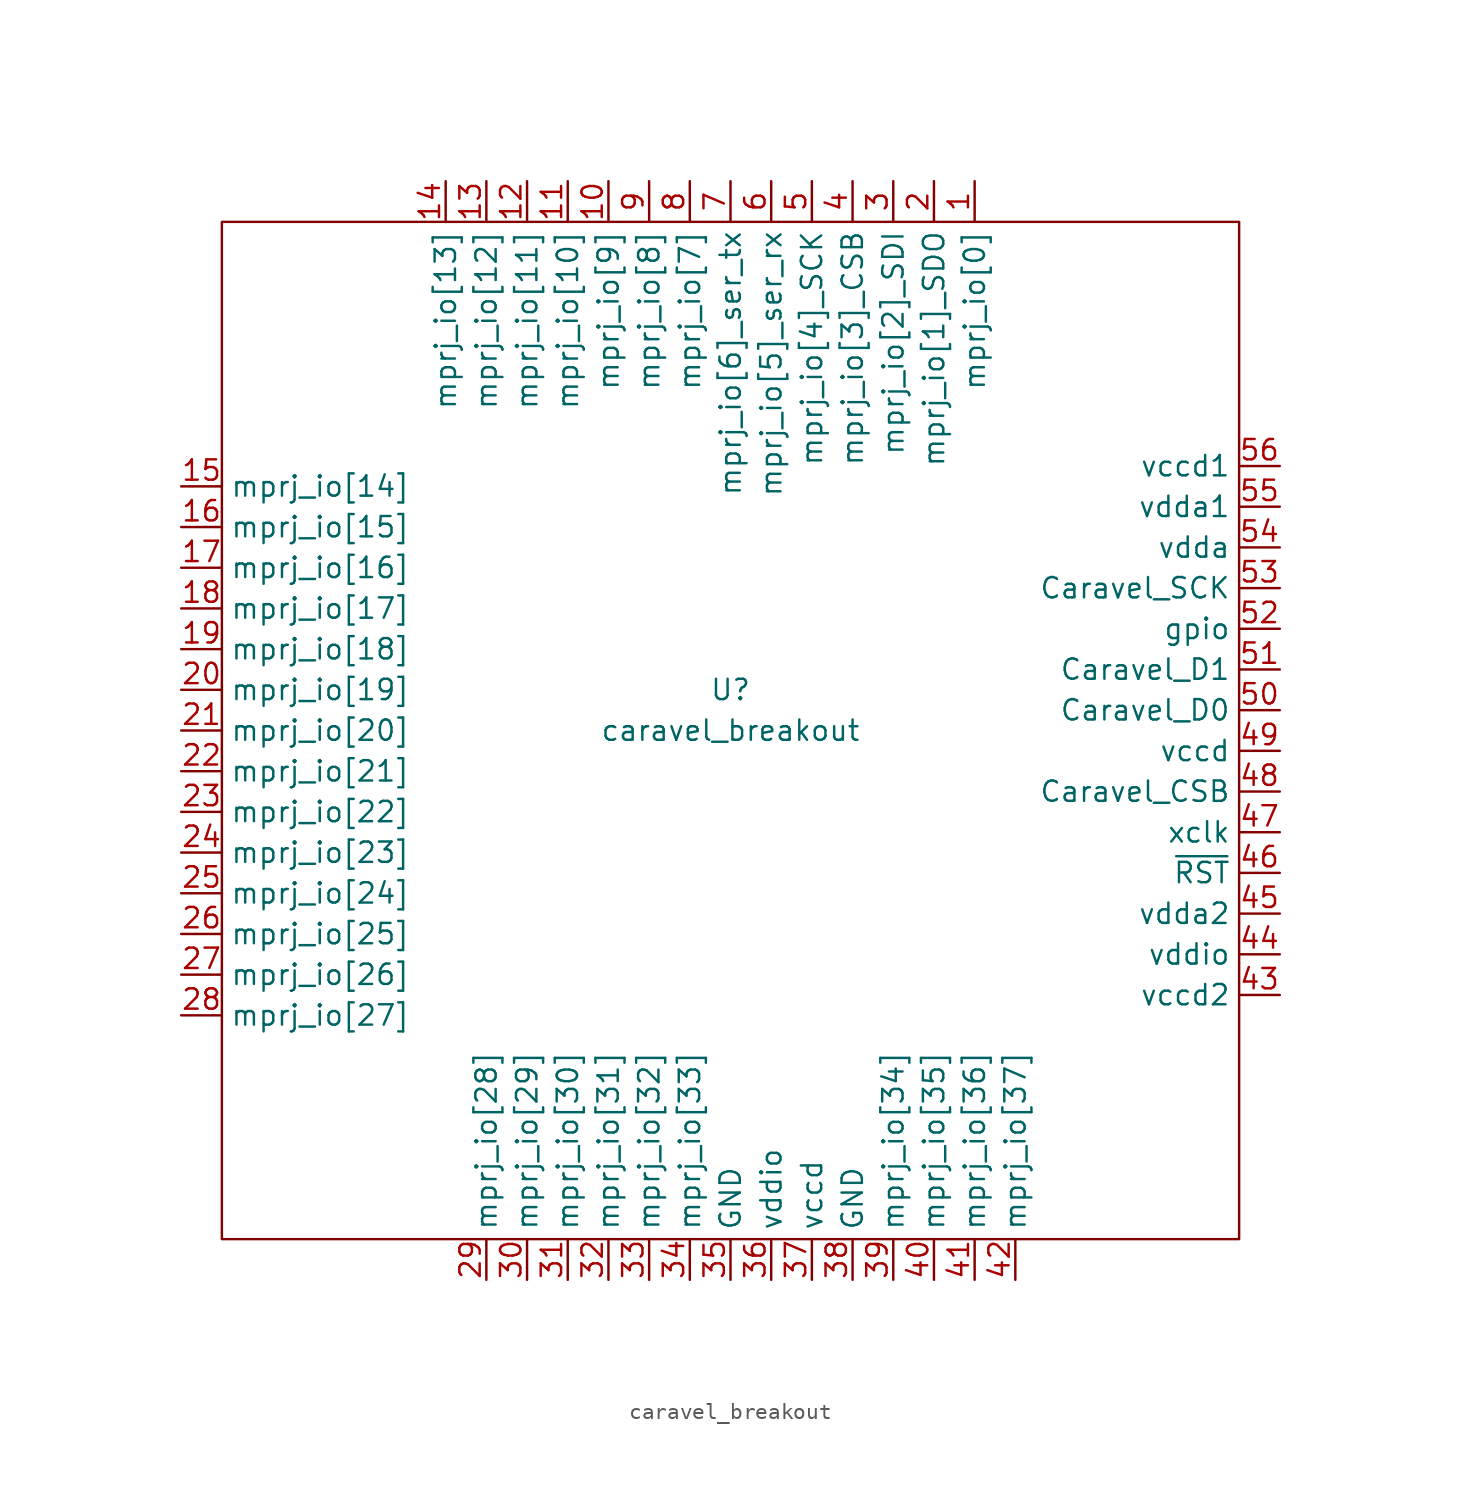
<source format=kicad_sym>
(kicad_symbol_lib
  (version 20211014)
  (generator kicad_symbol_editor)
  (symbol "caravel_breakout"
    (property "Reference" "U"
      (at 0 2.54 0)
      (effects (font (size 1.27 1.27))))
    (property "Value" "caravel_breakout"
      (at 0 0 0)
      (effects (font (size 1.27 1.27))))
    (symbol "caravel_breakout_0_1"
      (rectangle (start -31.75 31.75) (end 31.75 -31.75) (stroke (width 0) (type default) (color 0 0 0 0)) (fill (type none))))
    (symbol "caravel_breakout_1_1"
      (pin bidirectional line (at 15.24 34.29 270) (length 2.54) (name "mprj_io[0]" (effects (font (size 1.27 1.27)))) (number "1" (effects (font (size 1.27 1.27)))))
      (pin bidirectional line (at -7.62 34.29 270) (length 2.54) (name "mprj_io[9]" (effects (font (size 1.27 1.27)))) (number "10" (effects (font (size 1.27 1.27)))))
      (pin bidirectional line (at -10.16 34.29 270) (length 2.54) (name "mprj_io[10]" (effects (font (size 1.27 1.27)))) (number "11" (effects (font (size 1.27 1.27)))))
      (pin bidirectional line (at -12.7 34.29 270) (length 2.54) (name "mprj_io[11]" (effects (font (size 1.27 1.27)))) (number "12" (effects (font (size 1.27 1.27)))))
      (pin bidirectional line (at -15.24 34.29 270) (length 2.54) (name "mprj_io[12]" (effects (font (size 1.27 1.27)))) (number "13" (effects (font (size 1.27 1.27)))))
      (pin bidirectional line (at -17.78 34.29 270) (length 2.54) (name "mprj_io[13]" (effects (font (size 1.27 1.27)))) (number "14" (effects (font (size 1.27 1.27)))))
      (pin bidirectional line (at -34.29 15.24 0) (length 2.54) (name "mprj_io[14]" (effects (font (size 1.27 1.27)))) (number "15" (effects (font (size 1.27 1.27)))))
      (pin bidirectional line (at -34.29 12.7 0) (length 2.54) (name "mprj_io[15]" (effects (font (size 1.27 1.27)))) (number "16" (effects (font (size 1.27 1.27)))))
      (pin bidirectional line (at -34.29 10.16 0) (length 2.54) (name "mprj_io[16]" (effects (font (size 1.27 1.27)))) (number "17" (effects (font (size 1.27 1.27)))))
      (pin bidirectional line (at -34.29 7.62 0) (length 2.54) (name "mprj_io[17]" (effects (font (size 1.27 1.27)))) (number "18" (effects (font (size 1.27 1.27)))))
      (pin bidirectional line (at -34.29 5.08 0) (length 2.54) (name "mprj_io[18]" (effects (font (size 1.27 1.27)))) (number "19" (effects (font (size 1.27 1.27)))))
      (pin bidirectional line (at 12.7 34.29 270) (length 2.54) (name "mprj_io[1]_SDO" (effects (font (size 1.27 1.27)))) (number "2" (effects (font (size 1.27 1.27)))))
      (pin bidirectional line (at -34.29 2.54 0) (length 2.54) (name "mprj_io[19]" (effects (font (size 1.27 1.27)))) (number "20" (effects (font (size 1.27 1.27)))))
      (pin bidirectional line (at -34.29 0 0) (length 2.54) (name "mprj_io[20]" (effects (font (size 1.27 1.27)))) (number "21" (effects (font (size 1.27 1.27)))))
      (pin bidirectional line (at -34.29 -2.54 0) (length 2.54) (name "mprj_io[21]" (effects (font (size 1.27 1.27)))) (number "22" (effects (font (size 1.27 1.27)))))
      (pin bidirectional line (at -34.29 -5.08 0) (length 2.54) (name "mprj_io[22]" (effects (font (size 1.27 1.27)))) (number "23" (effects (font (size 1.27 1.27)))))
      (pin bidirectional line (at -34.29 -7.62 0) (length 2.54) (name "mprj_io[23]" (effects (font (size 1.27 1.27)))) (number "24" (effects (font (size 1.27 1.27)))))
      (pin bidirectional line (at -34.29 -10.16 0) (length 2.54) (name "mprj_io[24]" (effects (font (size 1.27 1.27)))) (number "25" (effects (font (size 1.27 1.27)))))
      (pin bidirectional line (at -34.29 -12.7 0) (length 2.54) (name "mprj_io[25]" (effects (font (size 1.27 1.27)))) (number "26" (effects (font (size 1.27 1.27)))))
      (pin bidirectional line (at -34.29 -15.24 0) (length 2.54) (name "mprj_io[26]" (effects (font (size 1.27 1.27)))) (number "27" (effects (font (size 1.27 1.27)))))
      (pin bidirectional line (at -34.29 -17.78 0) (length 2.54) (name "mprj_io[27]" (effects (font (size 1.27 1.27)))) (number "28" (effects (font (size 1.27 1.27)))))
      (pin bidirectional line (at -15.24 -34.29 90) (length 2.54) (name "mprj_io[28]" (effects (font (size 1.27 1.27)))) (number "29" (effects (font (size 1.27 1.27)))))
      (pin bidirectional line (at 10.16 34.29 270) (length 2.54) (name "mprj_io[2]_SDI" (effects (font (size 1.27 1.27)))) (number "3" (effects (font (size 1.27 1.27)))))
      (pin bidirectional line (at -12.7 -34.29 90) (length 2.54) (name "mprj_io[29]" (effects (font (size 1.27 1.27)))) (number "30" (effects (font (size 1.27 1.27)))))
      (pin bidirectional line (at -10.16 -34.29 90) (length 2.54) (name "mprj_io[30]" (effects (font (size 1.27 1.27)))) (number "31" (effects (font (size 1.27 1.27)))))
      (pin bidirectional line (at -7.62 -34.29 90) (length 2.54) (name "mprj_io[31]" (effects (font (size 1.27 1.27)))) (number "32" (effects (font (size 1.27 1.27)))))
      (pin bidirectional line (at -5.08 -34.29 90) (length 2.54) (name "mprj_io[32]" (effects (font (size 1.27 1.27)))) (number "33" (effects (font (size 1.27 1.27)))))
      (pin bidirectional line (at -2.54 -34.29 90) (length 2.54) (name "mprj_io[33]" (effects (font (size 1.27 1.27)))) (number "34" (effects (font (size 1.27 1.27)))))
      (pin power_in line (at 0 -34.29 90) (length 2.54) (name "GND" (effects (font (size 1.27 1.27)))) (number "35" (effects (font (size 1.27 1.27)))))
      (pin power_in line (at 2.54 -34.29 90) (length 2.54) (name "vddio" (effects (font (size 1.27 1.27)))) (number "36" (effects (font (size 1.27 1.27)))))
      (pin power_in line (at 5.08 -34.29 90) (length 2.54) (name "vccd" (effects (font (size 1.27 1.27)))) (number "37" (effects (font (size 1.27 1.27)))))
      (pin power_in line (at 7.62 -34.29 90) (length 2.54) (name "GND" (effects (font (size 1.27 1.27)))) (number "38" (effects (font (size 1.27 1.27)))))
      (pin bidirectional line (at 10.16 -34.29 90) (length 2.54) (name "mprj_io[34]" (effects (font (size 1.27 1.27)))) (number "39" (effects (font (size 1.27 1.27)))))
      (pin bidirectional line (at 7.62 34.29 270) (length 2.54) (name "mprj_io[3]_CSB" (effects (font (size 1.27 1.27)))) (number "4" (effects (font (size 1.27 1.27)))))
      (pin bidirectional line (at 12.7 -34.29 90) (length 2.54) (name "mprj_io[35]" (effects (font (size 1.27 1.27)))) (number "40" (effects (font (size 1.27 1.27)))))
      (pin bidirectional line (at 15.24 -34.29 90) (length 2.54) (name "mprj_io[36]" (effects (font (size 1.27 1.27)))) (number "41" (effects (font (size 1.27 1.27)))))
      (pin bidirectional line (at 17.78 -34.29 90) (length 2.54) (name "mprj_io[37]" (effects (font (size 1.27 1.27)))) (number "42" (effects (font (size 1.27 1.27)))))
      (pin power_in line (at 34.29 -16.51 180) (length 2.54) (name "vccd2" (effects (font (size 1.27 1.27)))) (number "43" (effects (font (size 1.27 1.27)))))
      (pin power_in line (at 34.29 -13.97 180) (length 2.54) (name "vddio" (effects (font (size 1.27 1.27)))) (number "44" (effects (font (size 1.27 1.27)))))
      (pin power_in line (at 34.29 -11.43 180) (length 2.54) (name "vdda2" (effects (font (size 1.27 1.27)))) (number "45" (effects (font (size 1.27 1.27)))))
      (pin input line (at 34.29 -8.89 180) (length 2.54) (name "~{RST}" (effects (font (size 1.27 1.27)))) (number "46" (effects (font (size 1.27 1.27)))))
      (pin input line (at 34.29 -6.35 180) (length 2.54) (name "xclk" (effects (font (size 1.27 1.27)))) (number "47" (effects (font (size 1.27 1.27)))))
      (pin output line (at 34.29 -3.81 180) (length 2.54) (name "Caravel_CSB" (effects (font (size 1.27 1.27)))) (number "48" (effects (font (size 1.27 1.27)))))
      (pin power_in line (at 34.29 -1.27 180) (length 2.54) (name "vccd" (effects (font (size 1.27 1.27)))) (number "49" (effects (font (size 1.27 1.27)))))
      (pin bidirectional line (at 5.08 34.29 270) (length 2.54) (name "mprj_io[4]_SCK" (effects (font (size 1.27 1.27)))) (number "5" (effects (font (size 1.27 1.27)))))
      (pin bidirectional line (at 34.29 1.27 180) (length 2.54) (name "Caravel_D0" (effects (font (size 1.27 1.27)))) (number "50" (effects (font (size 1.27 1.27)))))
      (pin bidirectional line (at 34.29 3.81 180) (length 2.54) (name "Caravel_D1" (effects (font (size 1.27 1.27)))) (number "51" (effects (font (size 1.27 1.27)))))
      (pin bidirectional line (at 34.29 6.35 180) (length 2.54) (name "gpio" (effects (font (size 1.27 1.27)))) (number "52" (effects (font (size 1.27 1.27)))))
      (pin output line (at 34.29 8.89 180) (length 2.54) (name "Caravel_SCK" (effects (font (size 1.27 1.27)))) (number "53" (effects (font (size 1.27 1.27)))))
      (pin power_in line (at 34.29 11.43 180) (length 2.54) (name "vdda" (effects (font (size 1.27 1.27)))) (number "54" (effects (font (size 1.27 1.27)))))
      (pin power_in line (at 34.29 13.97 180) (length 2.54) (name "vdda1" (effects (font (size 1.27 1.27)))) (number "55" (effects (font (size 1.27 1.27)))))
      (pin power_in line (at 34.29 16.51 180) (length 2.54) (name "vccd1" (effects (font (size 1.27 1.27)))) (number "56" (effects (font (size 1.27 1.27)))))
      (pin bidirectional line (at 2.54 34.29 270) (length 2.54) (name "mprj_io[5]_ser_rx" (effects (font (size 1.27 1.27)))) (number "6" (effects (font (size 1.27 1.27)))))
      (pin bidirectional line (at 0 34.29 270) (length 2.54) (name "mprj_io[6]_ser_tx" (effects (font (size 1.27 1.27)))) (number "7" (effects (font (size 1.27 1.27)))))
      (pin bidirectional line (at -2.54 34.29 270) (length 2.54) (name "mprj_io[7]" (effects (font (size 1.27 1.27)))) (number "8" (effects (font (size 1.27 1.27)))))
      (pin bidirectional line (at -5.08 34.29 270) (length 2.54) (name "mprj_io[8]" (effects (font (size 1.27 1.27)))) (number "9" (effects (font (size 1.27 1.27))))))))
</source>
